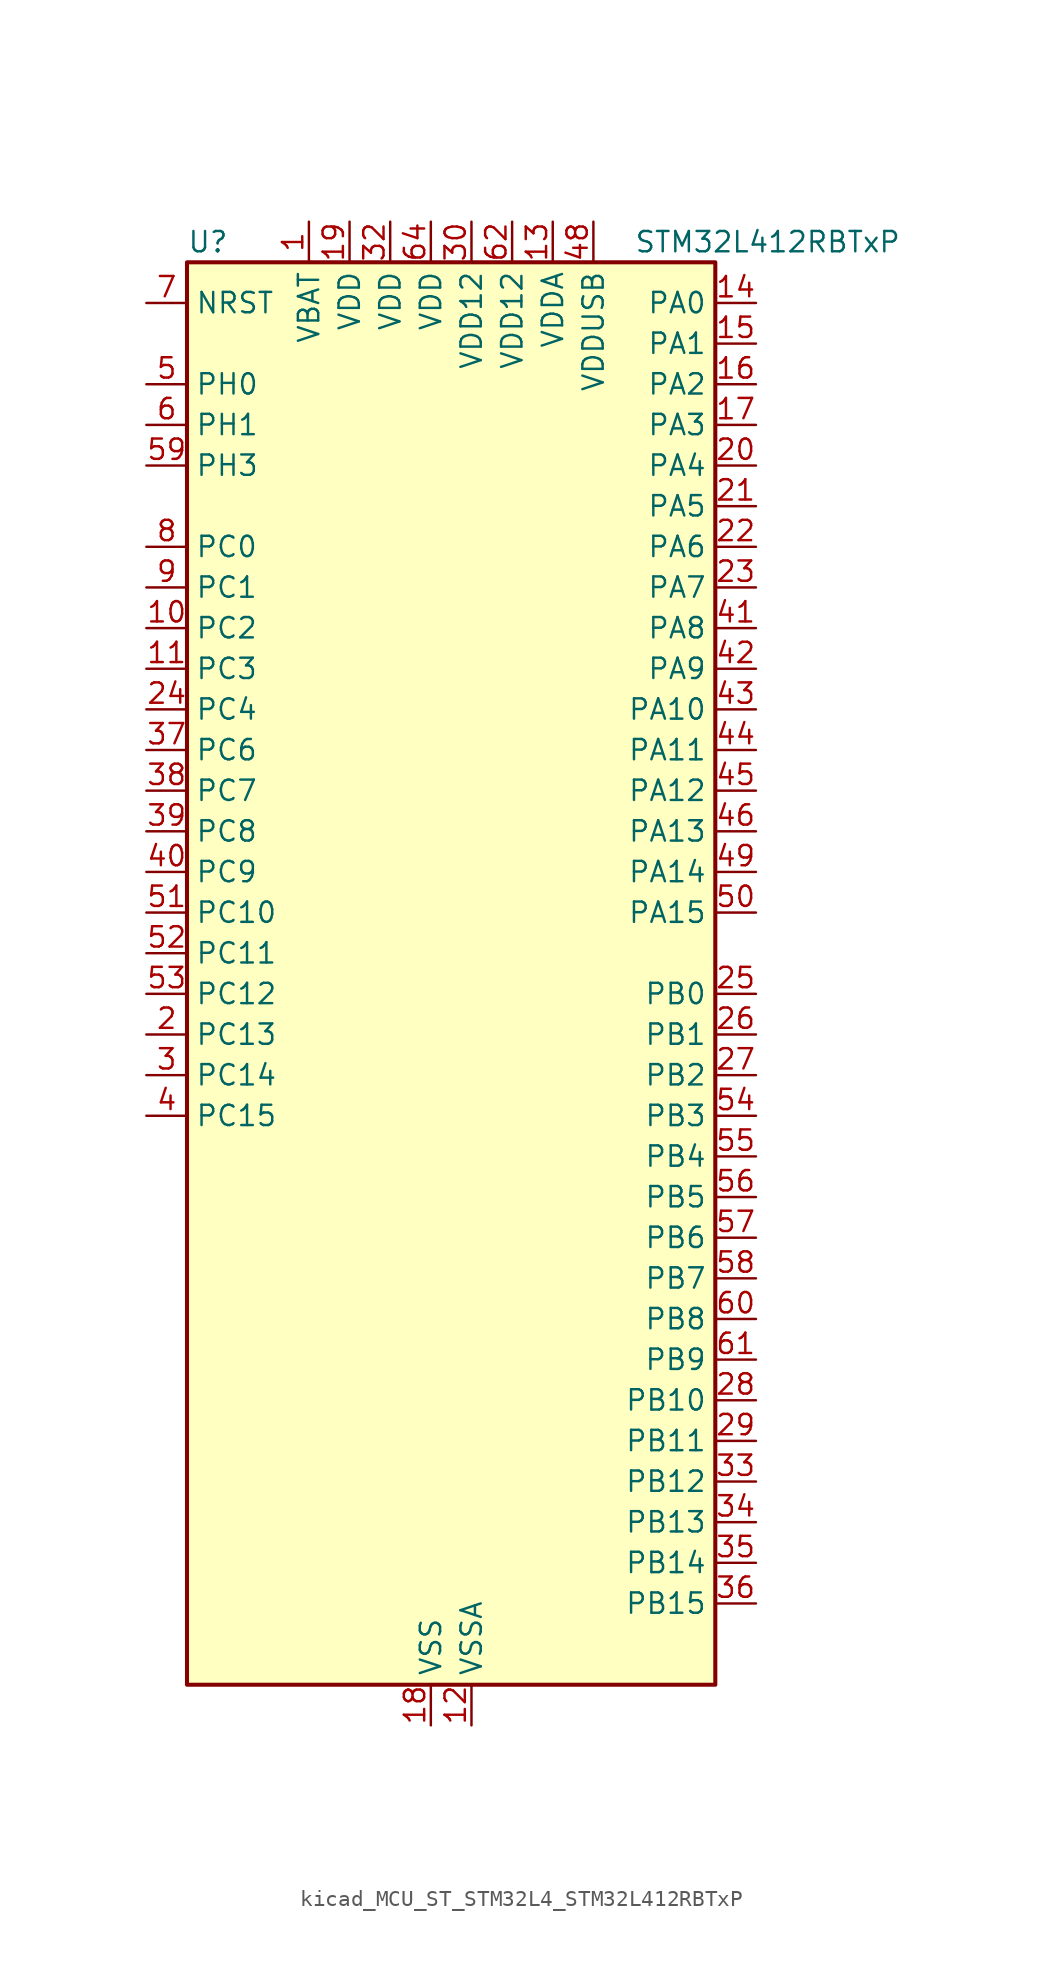
<source format=kicad_sym>
(kicad_symbol_lib
  (version 20220914)
  (generator kicad_symbol_editor)
  (symbol "kicad_MCU_ST_STM32L4_STM32L412RBTxP"
    (property "Reference" "U"
      (at -15.24 46.99 0)
      (effects (font (size 1.27 1.27)) (justify left)))
    (property "Value" "STM32L412RBTxP"
      (at 12.7 46.99 0)
      (effects (font (size 1.27 1.27)) (justify left)))
    (property "ki_locked" ""
      (at 0 0 0)
      (effects (font (size 1.27 1.27))))
    (symbol "kicad_MCU_ST_STM32L4_STM32L412RBTxP_0_1"
      (rectangle (start -15.24 -43.18) (end 17.78 45.72) (stroke (width 0.254) (type default)) (fill (type background))))
    (symbol "kicad_MCU_ST_STM32L4_STM32L412RBTxP_1_1"
      (pin power_in line (at -7.62 48.26 270) (length 2.54) (name "VBAT" (effects (font (size 1.27 1.27)))) (number "1" (effects (font (size 1.27 1.27)))))
      (pin bidirectional line (at -17.78 22.86 0) (length 2.54) (name "PC2" (effects (font (size 1.27 1.27)))) (number "10" (effects (font (size 1.27 1.27)))) (alternate "ADC1_IN3" bidirectional line) (alternate "ADC2_IN3" bidirectional line) (alternate "LPTIM1_IN2" bidirectional line) (alternate "SPI2_MISO" bidirectional line))
      (pin bidirectional line (at -17.78 20.32 0) (length 2.54) (name "PC3" (effects (font (size 1.27 1.27)))) (number "11" (effects (font (size 1.27 1.27)))) (alternate "ADC1_IN4" bidirectional line) (alternate "ADC2_IN4" bidirectional line) (alternate "LPTIM1_ETR" bidirectional line) (alternate "LPTIM2_ETR" bidirectional line) (alternate "SPI2_MOSI" bidirectional line))
      (pin power_in line (at 2.54 -45.72 90) (length 2.54) (name "VSSA" (effects (font (size 1.27 1.27)))) (number "12" (effects (font (size 1.27 1.27)))))
      (pin power_in line (at 7.62 48.26 270) (length 2.54) (name "VDDA" (effects (font (size 1.27 1.27)))) (number "13" (effects (font (size 1.27 1.27)))))
      (pin bidirectional line (at 20.32 43.18 180) (length 2.54) (name "PA0" (effects (font (size 1.27 1.27)))) (number "14" (effects (font (size 1.27 1.27)))) (alternate "ADC1_IN5" bidirectional line) (alternate "COMP1_INM" bidirectional line) (alternate "COMP1_OUT" bidirectional line) (alternate "OPAMP1_VINP" bidirectional line) (alternate "RTC_TAMP2" bidirectional line) (alternate "SYS_WKUP1" bidirectional line) (alternate "TIM2_CH1" bidirectional line) (alternate "TIM2_ETR" bidirectional line) (alternate "USART2_CTS" bidirectional line))
      (pin bidirectional line (at 20.32 40.64 180) (length 2.54) (name "PA1" (effects (font (size 1.27 1.27)))) (number "15" (effects (font (size 1.27 1.27)))) (alternate "ADC1_IN6" bidirectional line) (alternate "COMP1_INP" bidirectional line) (alternate "I2C1_SMBA" bidirectional line) (alternate "OPAMP1_VINM" bidirectional line) (alternate "SPI1_SCK" bidirectional line) (alternate "TIM15_CH1N" bidirectional line) (alternate "TIM2_CH2" bidirectional line) (alternate "USART2_DE" bidirectional line) (alternate "USART2_RTS" bidirectional line))
      (pin bidirectional line (at 20.32 38.1 180) (length 2.54) (name "PA2" (effects (font (size 1.27 1.27)))) (number "16" (effects (font (size 1.27 1.27)))) (alternate "ADC1_IN7" bidirectional line) (alternate "ADC2_IN7" bidirectional line) (alternate "LPUART1_TX" bidirectional line) (alternate "QUADSPI_BK1_NCS" bidirectional line) (alternate "RCC_LSCO" bidirectional line) (alternate "SYS_WKUP4" bidirectional line) (alternate "TIM15_CH1" bidirectional line) (alternate "TIM2_CH3" bidirectional line) (alternate "USART2_TX" bidirectional line))
      (pin bidirectional line (at 20.32 35.56 180) (length 2.54) (name "PA3" (effects (font (size 1.27 1.27)))) (number "17" (effects (font (size 1.27 1.27)))) (alternate "ADC1_IN8" bidirectional line) (alternate "ADC2_IN8" bidirectional line) (alternate "LPUART1_RX" bidirectional line) (alternate "OPAMP1_VOUT" bidirectional line) (alternate "QUADSPI_CLK" bidirectional line) (alternate "TIM15_CH2" bidirectional line) (alternate "TIM2_CH4" bidirectional line) (alternate "USART2_RX" bidirectional line))
      (pin power_in line (at 0 -45.72 90) (length 2.54) (name "VSS" (effects (font (size 1.27 1.27)))) (number "18" (effects (font (size 1.27 1.27)))))
      (pin power_in line (at -5.08 48.26 270) (length 2.54) (name "VDD" (effects (font (size 1.27 1.27)))) (number "19" (effects (font (size 1.27 1.27)))))
      (pin bidirectional line (at -17.78 -2.54 0) (length 2.54) (name "PC13" (effects (font (size 1.27 1.27)))) (number "2" (effects (font (size 1.27 1.27)))) (alternate "RTC_OUT_ALARM" bidirectional line) (alternate "RTC_OUT_CALIB" bidirectional line) (alternate "RTC_TAMP1" bidirectional line) (alternate "RTC_TS" bidirectional line) (alternate "SYS_WKUP2" bidirectional line))
      (pin bidirectional line (at 20.32 33.02 180) (length 2.54) (name "PA4" (effects (font (size 1.27 1.27)))) (number "20" (effects (font (size 1.27 1.27)))) (alternate "ADC1_IN9" bidirectional line) (alternate "ADC2_IN9" bidirectional line) (alternate "COMP1_INM" bidirectional line) (alternate "LPTIM2_OUT" bidirectional line) (alternate "SPI1_NSS" bidirectional line) (alternate "USART2_CK" bidirectional line))
      (pin bidirectional line (at 20.32 30.48 180) (length 2.54) (name "PA5" (effects (font (size 1.27 1.27)))) (number "21" (effects (font (size 1.27 1.27)))) (alternate "ADC1_IN10" bidirectional line) (alternate "ADC2_IN10" bidirectional line) (alternate "COMP1_INM" bidirectional line) (alternate "LPTIM2_ETR" bidirectional line) (alternate "SPI1_SCK" bidirectional line) (alternate "TIM2_CH1" bidirectional line) (alternate "TIM2_ETR" bidirectional line))
      (pin bidirectional line (at 20.32 27.94 180) (length 2.54) (name "PA6" (effects (font (size 1.27 1.27)))) (number "22" (effects (font (size 1.27 1.27)))) (alternate "ADC1_IN11" bidirectional line) (alternate "ADC2_IN11" bidirectional line) (alternate "COMP1_OUT" bidirectional line) (alternate "LPUART1_CTS" bidirectional line) (alternate "QUADSPI_BK1_IO3" bidirectional line) (alternate "SPI1_MISO" bidirectional line) (alternate "TIM16_CH1" bidirectional line) (alternate "TIM1_BKIN" bidirectional line) (alternate "USART3_CTS" bidirectional line))
      (pin bidirectional line (at 20.32 25.4 180) (length 2.54) (name "PA7" (effects (font (size 1.27 1.27)))) (number "23" (effects (font (size 1.27 1.27)))) (alternate "ADC1_IN12" bidirectional line) (alternate "ADC2_IN12" bidirectional line) (alternate "I2C3_SCL" bidirectional line) (alternate "QUADSPI_BK1_IO2" bidirectional line) (alternate "SPI1_MOSI" bidirectional line) (alternate "TIM1_CH1N" bidirectional line))
      (pin bidirectional line (at -17.78 17.78 0) (length 2.54) (name "PC4" (effects (font (size 1.27 1.27)))) (number "24" (effects (font (size 1.27 1.27)))) (alternate "ADC1_IN13" bidirectional line) (alternate "ADC2_IN13" bidirectional line) (alternate "COMP1_INM" bidirectional line) (alternate "USART3_TX" bidirectional line))
      (pin bidirectional line (at 20.32 0 180) (length 2.54) (name "PB0" (effects (font (size 1.27 1.27)))) (number "25" (effects (font (size 1.27 1.27)))) (alternate "ADC1_IN15" bidirectional line) (alternate "ADC2_IN15" bidirectional line) (alternate "COMP1_OUT" bidirectional line) (alternate "QUADSPI_BK1_IO1" bidirectional line) (alternate "SPI1_NSS" bidirectional line) (alternate "SYS_TRACED0" bidirectional line) (alternate "TIM1_CH2N" bidirectional line) (alternate "USART3_CK" bidirectional line))
      (pin bidirectional line (at 20.32 -2.54 180) (length 2.54) (name "PB1" (effects (font (size 1.27 1.27)))) (number "26" (effects (font (size 1.27 1.27)))) (alternate "ADC1_IN16" bidirectional line) (alternate "ADC2_IN16" bidirectional line) (alternate "COMP1_INM" bidirectional line) (alternate "LPTIM2_IN1" bidirectional line) (alternate "LPUART1_DE" bidirectional line) (alternate "LPUART1_RTS" bidirectional line) (alternate "QUADSPI_BK1_IO0" bidirectional line) (alternate "SYS_TRACED1" bidirectional line) (alternate "TIM1_CH3N" bidirectional line) (alternate "USART3_DE" bidirectional line) (alternate "USART3_RTS" bidirectional line))
      (pin bidirectional line (at 20.32 -5.08 180) (length 2.54) (name "PB2" (effects (font (size 1.27 1.27)))) (number "27" (effects (font (size 1.27 1.27)))) (alternate "COMP1_INP" bidirectional line) (alternate "I2C3_SMBA" bidirectional line) (alternate "LPTIM1_OUT" bidirectional line) (alternate "RTC_OUT_ALARM" bidirectional line) (alternate "RTC_OUT_CALIB" bidirectional line))
      (pin bidirectional line (at 20.32 -25.4 180) (length 2.54) (name "PB10" (effects (font (size 1.27 1.27)))) (number "28" (effects (font (size 1.27 1.27)))) (alternate "COMP1_OUT" bidirectional line) (alternate "I2C2_SCL" bidirectional line) (alternate "LPUART1_RX" bidirectional line) (alternate "QUADSPI_CLK" bidirectional line) (alternate "SPI2_SCK" bidirectional line) (alternate "TIM2_CH3" bidirectional line) (alternate "TSC_SYNC" bidirectional line) (alternate "USART3_TX" bidirectional line))
      (pin bidirectional line (at 20.32 -27.94 180) (length 2.54) (name "PB11" (effects (font (size 1.27 1.27)))) (number "29" (effects (font (size 1.27 1.27)))) (alternate "ADC1_EXTI11" bidirectional line) (alternate "ADC2_EXTI11" bidirectional line) (alternate "I2C2_SDA" bidirectional line) (alternate "LPUART1_TX" bidirectional line) (alternate "QUADSPI_BK1_NCS" bidirectional line) (alternate "TIM2_CH4" bidirectional line) (alternate "USART3_RX" bidirectional line))
      (pin bidirectional line (at -17.78 -5.08 0) (length 2.54) (name "PC14" (effects (font (size 1.27 1.27)))) (number "3" (effects (font (size 1.27 1.27)))) (alternate "RCC_OSC32_IN" bidirectional line))
      (pin power_in line (at 2.54 48.26 270) (length 2.54) (name "VDD12" (effects (font (size 1.27 1.27)))) (number "30" (effects (font (size 1.27 1.27)))))
      (pin passive line (at 0 -45.72 90) (length 2.54) hide (name "VSS" (effects (font (size 1.27 1.27)))) (number "31" (effects (font (size 1.27 1.27)))))
      (pin power_in line (at -2.54 48.26 270) (length 2.54) (name "VDD" (effects (font (size 1.27 1.27)))) (number "32" (effects (font (size 1.27 1.27)))))
      (pin bidirectional line (at 20.32 -30.48 180) (length 2.54) (name "PB12" (effects (font (size 1.27 1.27)))) (number "33" (effects (font (size 1.27 1.27)))) (alternate "I2C2_SMBA" bidirectional line) (alternate "LPUART1_DE" bidirectional line) (alternate "LPUART1_RTS" bidirectional line) (alternate "SPI2_NSS" bidirectional line) (alternate "TIM15_BKIN" bidirectional line) (alternate "TIM1_BKIN" bidirectional line) (alternate "TSC_G1_IO1" bidirectional line) (alternate "USART3_CK" bidirectional line))
      (pin bidirectional line (at 20.32 -33.02 180) (length 2.54) (name "PB13" (effects (font (size 1.27 1.27)))) (number "34" (effects (font (size 1.27 1.27)))) (alternate "I2C2_SCL" bidirectional line) (alternate "LPUART1_CTS" bidirectional line) (alternate "SPI2_SCK" bidirectional line) (alternate "TIM15_CH1N" bidirectional line) (alternate "TIM1_CH1N" bidirectional line) (alternate "TSC_G1_IO2" bidirectional line) (alternate "USART3_CTS" bidirectional line))
      (pin bidirectional line (at 20.32 -35.56 180) (length 2.54) (name "PB14" (effects (font (size 1.27 1.27)))) (number "35" (effects (font (size 1.27 1.27)))) (alternate "I2C2_SDA" bidirectional line) (alternate "SPI2_MISO" bidirectional line) (alternate "TIM15_CH1" bidirectional line) (alternate "TIM1_CH2N" bidirectional line) (alternate "TSC_G1_IO3" bidirectional line) (alternate "USART3_DE" bidirectional line) (alternate "USART3_RTS" bidirectional line))
      (pin bidirectional line (at 20.32 -38.1 180) (length 2.54) (name "PB15" (effects (font (size 1.27 1.27)))) (number "36" (effects (font (size 1.27 1.27)))) (alternate "ADC1_EXTI15" bidirectional line) (alternate "ADC2_EXTI15" bidirectional line) (alternate "RTC_REFIN" bidirectional line) (alternate "SPI2_MOSI" bidirectional line) (alternate "TIM15_CH2" bidirectional line) (alternate "TIM1_CH3N" bidirectional line) (alternate "TSC_G1_IO4" bidirectional line))
      (pin bidirectional line (at -17.78 15.24 0) (length 2.54) (name "PC6" (effects (font (size 1.27 1.27)))) (number "37" (effects (font (size 1.27 1.27)))) (alternate "TSC_G4_IO1" bidirectional line))
      (pin bidirectional line (at -17.78 12.7 0) (length 2.54) (name "PC7" (effects (font (size 1.27 1.27)))) (number "38" (effects (font (size 1.27 1.27)))) (alternate "TSC_G4_IO2" bidirectional line))
      (pin bidirectional line (at -17.78 10.16 0) (length 2.54) (name "PC8" (effects (font (size 1.27 1.27)))) (number "39" (effects (font (size 1.27 1.27)))) (alternate "TSC_G4_IO3" bidirectional line))
      (pin bidirectional line (at -17.78 -7.62 0) (length 2.54) (name "PC15" (effects (font (size 1.27 1.27)))) (number "4" (effects (font (size 1.27 1.27)))) (alternate "ADC1_EXTI15" bidirectional line) (alternate "ADC2_EXTI15" bidirectional line) (alternate "RCC_OSC32_OUT" bidirectional line))
      (pin bidirectional line (at -17.78 7.62 0) (length 2.54) (name "PC9" (effects (font (size 1.27 1.27)))) (number "40" (effects (font (size 1.27 1.27)))) (alternate "TSC_G4_IO4" bidirectional line) (alternate "USB_NOE" bidirectional line))
      (pin bidirectional line (at 20.32 22.86 180) (length 2.54) (name "PA8" (effects (font (size 1.27 1.27)))) (number "41" (effects (font (size 1.27 1.27)))) (alternate "LPTIM2_OUT" bidirectional line) (alternate "RCC_MCO" bidirectional line) (alternate "TIM1_CH1" bidirectional line) (alternate "USART1_CK" bidirectional line))
      (pin bidirectional line (at 20.32 20.32 180) (length 2.54) (name "PA9" (effects (font (size 1.27 1.27)))) (number "42" (effects (font (size 1.27 1.27)))) (alternate "I2C1_SCL" bidirectional line) (alternate "TIM15_BKIN" bidirectional line) (alternate "TIM1_CH2" bidirectional line) (alternate "USART1_TX" bidirectional line))
      (pin bidirectional line (at 20.32 17.78 180) (length 2.54) (name "PA10" (effects (font (size 1.27 1.27)))) (number "43" (effects (font (size 1.27 1.27)))) (alternate "CRS_SYNC" bidirectional line) (alternate "I2C1_SDA" bidirectional line) (alternate "TIM1_CH3" bidirectional line) (alternate "USART1_RX" bidirectional line))
      (pin bidirectional line (at 20.32 15.24 180) (length 2.54) (name "PA11" (effects (font (size 1.27 1.27)))) (number "44" (effects (font (size 1.27 1.27)))) (alternate "ADC1_EXTI11" bidirectional line) (alternate "ADC2_EXTI11" bidirectional line) (alternate "COMP1_OUT" bidirectional line) (alternate "SPI1_MISO" bidirectional line) (alternate "TIM1_BKIN2" bidirectional line) (alternate "TIM1_BKIN2_COMP1" bidirectional line) (alternate "TIM1_CH4" bidirectional line) (alternate "USART1_CTS" bidirectional line) (alternate "USB_DM" bidirectional line))
      (pin bidirectional line (at 20.32 12.7 180) (length 2.54) (name "PA12" (effects (font (size 1.27 1.27)))) (number "45" (effects (font (size 1.27 1.27)))) (alternate "SPI1_MOSI" bidirectional line) (alternate "TIM1_ETR" bidirectional line) (alternate "USART1_DE" bidirectional line) (alternate "USART1_RTS" bidirectional line) (alternate "USB_DP" bidirectional line))
      (pin bidirectional line (at 20.32 10.16 180) (length 2.54) (name "PA13" (effects (font (size 1.27 1.27)))) (number "46" (effects (font (size 1.27 1.27)))) (alternate "IR_OUT" bidirectional line) (alternate "SYS_JTMS-SWDIO" bidirectional line) (alternate "USB_NOE" bidirectional line))
      (pin passive line (at 0 -45.72 90) (length 2.54) hide (name "VSS" (effects (font (size 1.27 1.27)))) (number "47" (effects (font (size 1.27 1.27)))))
      (pin power_in line (at 10.16 48.26 270) (length 2.54) (name "VDDUSB" (effects (font (size 1.27 1.27)))) (number "48" (effects (font (size 1.27 1.27)))))
      (pin bidirectional line (at 20.32 7.62 180) (length 2.54) (name "PA14" (effects (font (size 1.27 1.27)))) (number "49" (effects (font (size 1.27 1.27)))) (alternate "I2C1_SMBA" bidirectional line) (alternate "LPTIM1_OUT" bidirectional line) (alternate "SYS_JTCK-SWCLK" bidirectional line))
      (pin bidirectional line (at -17.78 38.1 0) (length 2.54) (name "PH0" (effects (font (size 1.27 1.27)))) (number "5" (effects (font (size 1.27 1.27)))) (alternate "RCC_OSC_IN" bidirectional line))
      (pin bidirectional line (at 20.32 5.08 180) (length 2.54) (name "PA15" (effects (font (size 1.27 1.27)))) (number "50" (effects (font (size 1.27 1.27)))) (alternate "ADC1_EXTI15" bidirectional line) (alternate "ADC2_EXTI15" bidirectional line) (alternate "SPI1_NSS" bidirectional line) (alternate "SYS_JTDI" bidirectional line) (alternate "TIM2_CH1" bidirectional line) (alternate "TIM2_ETR" bidirectional line) (alternate "TSC_G3_IO1" bidirectional line) (alternate "USART2_RX" bidirectional line) (alternate "USART3_DE" bidirectional line) (alternate "USART3_RTS" bidirectional line))
      (pin bidirectional line (at -17.78 5.08 0) (length 2.54) (name "PC10" (effects (font (size 1.27 1.27)))) (number "51" (effects (font (size 1.27 1.27)))) (alternate "SYS_TRACED1" bidirectional line) (alternate "TSC_G3_IO2" bidirectional line) (alternate "USART3_TX" bidirectional line))
      (pin bidirectional line (at -17.78 2.54 0) (length 2.54) (name "PC11" (effects (font (size 1.27 1.27)))) (number "52" (effects (font (size 1.27 1.27)))) (alternate "ADC1_EXTI11" bidirectional line) (alternate "ADC2_EXTI11" bidirectional line) (alternate "TSC_G3_IO3" bidirectional line) (alternate "USART3_RX" bidirectional line))
      (pin bidirectional line (at -17.78 0 0) (length 2.54) (name "PC12" (effects (font (size 1.27 1.27)))) (number "53" (effects (font (size 1.27 1.27)))) (alternate "SYS_TRACED3" bidirectional line) (alternate "TSC_G3_IO4" bidirectional line) (alternate "USART3_CK" bidirectional line))
      (pin bidirectional line (at 20.32 -7.62 180) (length 2.54) (name "PB3" (effects (font (size 1.27 1.27)))) (number "54" (effects (font (size 1.27 1.27)))) (alternate "SPI1_SCK" bidirectional line) (alternate "SYS_JTDO-SWO" bidirectional line) (alternate "TIM2_CH2" bidirectional line) (alternate "USART1_DE" bidirectional line) (alternate "USART1_RTS" bidirectional line))
      (pin bidirectional line (at 20.32 -10.16 180) (length 2.54) (name "PB4" (effects (font (size 1.27 1.27)))) (number "55" (effects (font (size 1.27 1.27)))) (alternate "I2C3_SDA" bidirectional line) (alternate "SPI1_MISO" bidirectional line) (alternate "SYS_JTRST" bidirectional line) (alternate "TSC_G2_IO1" bidirectional line) (alternate "USART1_CTS" bidirectional line))
      (pin bidirectional line (at 20.32 -12.7 180) (length 2.54) (name "PB5" (effects (font (size 1.27 1.27)))) (number "56" (effects (font (size 1.27 1.27)))) (alternate "I2C1_SMBA" bidirectional line) (alternate "LPTIM1_IN1" bidirectional line) (alternate "SPI1_MOSI" bidirectional line) (alternate "SYS_TRACED2" bidirectional line) (alternate "TIM16_BKIN" bidirectional line) (alternate "TSC_G2_IO2" bidirectional line) (alternate "USART1_CK" bidirectional line))
      (pin bidirectional line (at 20.32 -15.24 180) (length 2.54) (name "PB6" (effects (font (size 1.27 1.27)))) (number "57" (effects (font (size 1.27 1.27)))) (alternate "I2C1_SCL" bidirectional line) (alternate "LPTIM1_ETR" bidirectional line) (alternate "SYS_TRACED3" bidirectional line) (alternate "TIM16_CH1N" bidirectional line) (alternate "TSC_G2_IO3" bidirectional line) (alternate "USART1_TX" bidirectional line))
      (pin bidirectional line (at 20.32 -17.78 180) (length 2.54) (name "PB7" (effects (font (size 1.27 1.27)))) (number "58" (effects (font (size 1.27 1.27)))) (alternate "I2C1_SDA" bidirectional line) (alternate "LPTIM1_IN2" bidirectional line) (alternate "SYS_PVD_IN" bidirectional line) (alternate "SYS_TRACECLK" bidirectional line) (alternate "TSC_G2_IO4" bidirectional line) (alternate "USART1_RX" bidirectional line))
      (pin bidirectional line (at -17.78 33.02 0) (length 2.54) (name "PH3" (effects (font (size 1.27 1.27)))) (number "59" (effects (font (size 1.27 1.27)))))
      (pin bidirectional line (at -17.78 35.56 0) (length 2.54) (name "PH1" (effects (font (size 1.27 1.27)))) (number "6" (effects (font (size 1.27 1.27)))) (alternate "RCC_OSC_OUT" bidirectional line))
      (pin bidirectional line (at 20.32 -20.32 180) (length 2.54) (name "PB8" (effects (font (size 1.27 1.27)))) (number "60" (effects (font (size 1.27 1.27)))) (alternate "I2C1_SCL" bidirectional line) (alternate "TIM16_CH1" bidirectional line))
      (pin bidirectional line (at 20.32 -22.86 180) (length 2.54) (name "PB9" (effects (font (size 1.27 1.27)))) (number "61" (effects (font (size 1.27 1.27)))) (alternate "I2C1_SDA" bidirectional line) (alternate "IR_OUT" bidirectional line) (alternate "SPI2_NSS" bidirectional line))
      (pin power_in line (at 5.08 48.26 270) (length 2.54) (name "VDD12" (effects (font (size 1.27 1.27)))) (number "62" (effects (font (size 1.27 1.27)))))
      (pin passive line (at 0 -45.72 90) (length 2.54) hide (name "VSS" (effects (font (size 1.27 1.27)))) (number "63" (effects (font (size 1.27 1.27)))))
      (pin power_in line (at 0 48.26 270) (length 2.54) (name "VDD" (effects (font (size 1.27 1.27)))) (number "64" (effects (font (size 1.27 1.27)))))
      (pin input line (at -17.78 43.18 0) (length 2.54) (name "NRST" (effects (font (size 1.27 1.27)))) (number "7" (effects (font (size 1.27 1.27)))))
      (pin bidirectional line (at -17.78 27.94 0) (length 2.54) (name "PC0" (effects (font (size 1.27 1.27)))) (number "8" (effects (font (size 1.27 1.27)))) (alternate "ADC1_IN1" bidirectional line) (alternate "ADC2_IN1" bidirectional line) (alternate "I2C3_SCL" bidirectional line) (alternate "LPTIM1_IN1" bidirectional line) (alternate "LPTIM2_IN1" bidirectional line) (alternate "LPUART1_RX" bidirectional line) (alternate "SYS_TRACECLK" bidirectional line))
      (pin bidirectional line (at -17.78 25.4 0) (length 2.54) (name "PC1" (effects (font (size 1.27 1.27)))) (number "9" (effects (font (size 1.27 1.27)))) (alternate "ADC1_IN2" bidirectional line) (alternate "ADC2_IN2" bidirectional line) (alternate "I2C3_SDA" bidirectional line) (alternate "LPTIM1_OUT" bidirectional line) (alternate "LPUART1_TX" bidirectional line) (alternate "SYS_TRACED0" bidirectional line)))))
</source>
